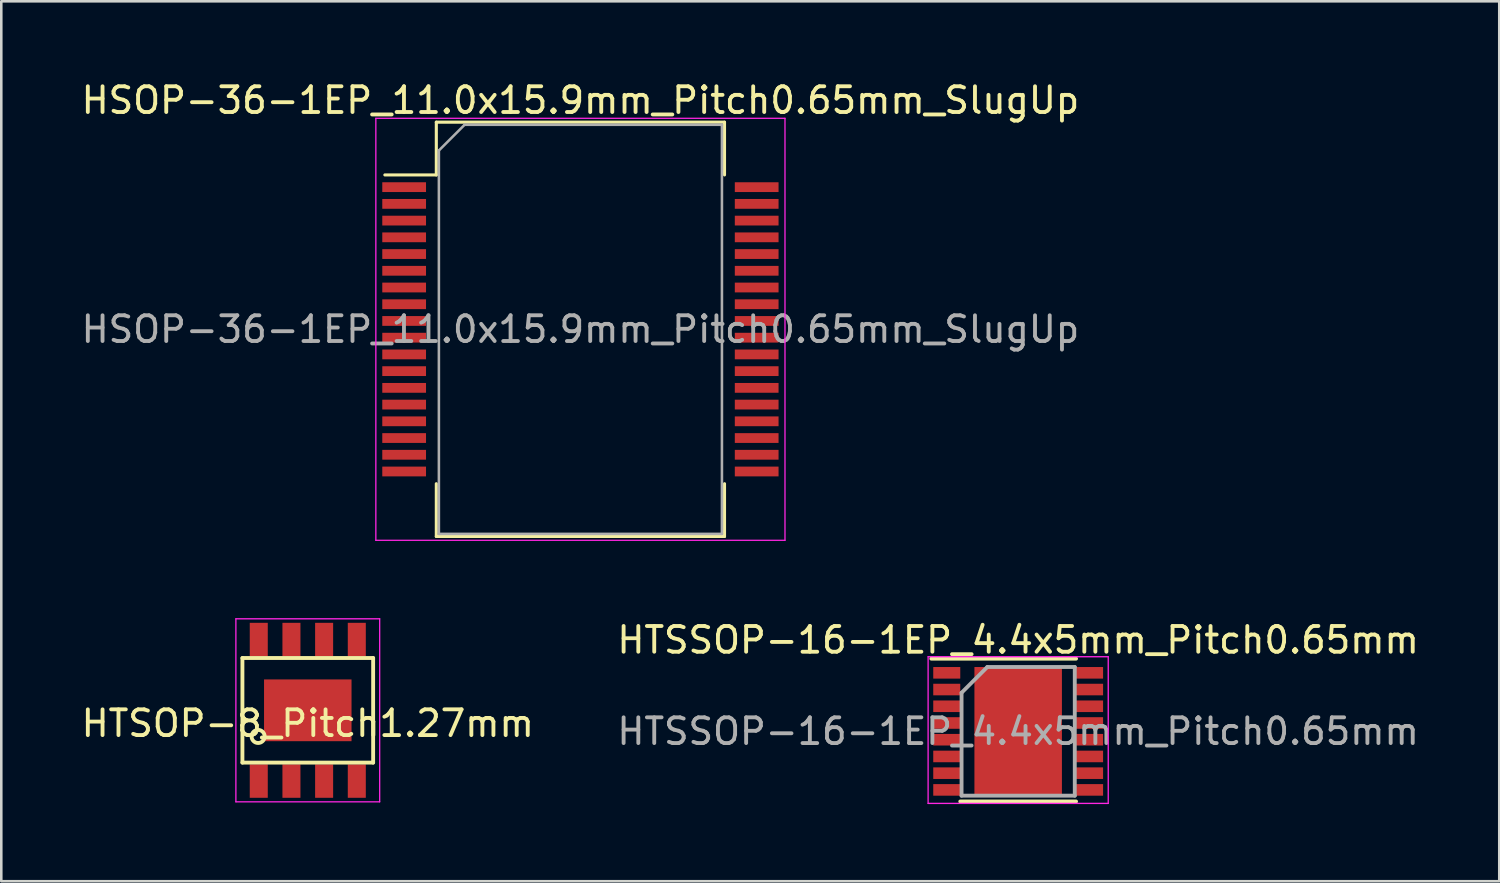
<source format=kicad_pcb>
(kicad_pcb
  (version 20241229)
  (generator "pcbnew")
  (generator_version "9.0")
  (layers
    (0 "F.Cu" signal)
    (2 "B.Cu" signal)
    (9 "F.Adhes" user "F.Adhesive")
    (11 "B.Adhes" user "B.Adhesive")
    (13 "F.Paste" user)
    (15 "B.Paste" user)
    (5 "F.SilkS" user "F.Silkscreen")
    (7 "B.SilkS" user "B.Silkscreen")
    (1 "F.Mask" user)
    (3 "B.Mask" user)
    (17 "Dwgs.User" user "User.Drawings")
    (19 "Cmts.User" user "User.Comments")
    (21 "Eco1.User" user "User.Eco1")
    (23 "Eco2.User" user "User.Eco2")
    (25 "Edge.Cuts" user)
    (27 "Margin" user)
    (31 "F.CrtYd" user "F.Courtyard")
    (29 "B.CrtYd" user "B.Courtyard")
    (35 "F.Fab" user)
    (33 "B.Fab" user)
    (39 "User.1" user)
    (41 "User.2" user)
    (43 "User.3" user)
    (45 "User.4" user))
  (footprint "HTSOP-8_Pitch1.27mm"
    (layer "F.Cu")
    (at 8.911 24.554)
    (property "Reference" "HTSOP-8_Pitch1.27mm" (at 0 0.508 0) (layer "F.SilkS") (effects (font (size 1 1) (thickness 0.15))))
    (attr smd)
    (fp_line (start -2.54 -2.032) (end 2.54 -2.032) (stroke (width 0.15) (type solid)) (layer "F.SilkS"))
    (fp_line (start -2.54 2.032) (end -2.54 -2.032) (stroke (width 0.15) (type solid)) (layer "F.SilkS"))
    (fp_line (start 2.54 -2.032) (end 2.54 2.032) (stroke (width 0.15) (type solid)) (layer "F.SilkS"))
    (fp_line (start 2.54 2.032) (end -2.54 2.032) (stroke (width 0.15) (type solid)) (layer "F.SilkS"))
    (fp_circle (center -1.93 1.016) (end -1.93 0.762) (stroke (width 0.15) (type solid)) (fill no) (layer "F.SilkS"))
    (fp_line (start -2.794 -3.556) (end 2.794 -3.556) (stroke (width 0.05) (type solid)) (layer "F.CrtYd"))
    (fp_line (start -2.794 3.556) (end -2.794 -3.556) (stroke (width 0.05) (type solid)) (layer "F.CrtYd"))
    (fp_line (start 2.794 -3.556) (end 2.794 3.556) (stroke (width 0.05) (type solid)) (layer "F.CrtYd"))
    (fp_line (start 2.794 3.556) (end -2.794 3.556) (stroke (width 0.05) (type solid)) (layer "F.CrtYd"))
    (pad "" smd rect (at 0 0) (size 3.4 2.4) (layers "F.Cu" "F.Mask" "F.Paste"))
    (pad "1" smd rect (at -1.905 2.75) (size 0.7 1.3) (layers "F.Cu" "F.Mask" "F.Paste"))
    (pad "2" smd rect (at -0.635 2.75) (size 0.7 1.3) (layers "F.Cu" "F.Mask" "F.Paste"))
    (pad "3" smd rect (at 0.635 2.75) (size 0.7 1.3) (layers "F.Cu" "F.Mask" "F.Paste"))
    (pad "4" smd rect (at 1.905 2.75) (size 0.7 1.3) (layers "F.Cu" "F.Mask" "F.Paste"))
    (pad "5" smd rect (at 1.905 -2.75) (size 0.7 1.3) (layers "F.Cu" "F.Mask" "F.Paste"))
    (pad "6" smd rect (at 0.635 -2.75) (size 0.7 1.3) (layers "F.Cu" "F.Mask" "F.Paste"))
    (pad "7" smd rect (at -0.635 -2.75) (size 0.7 1.3) (layers "F.Cu" "F.Mask" "F.Paste"))
    (pad "8" smd rect (at -1.905 -2.75) (size 0.7 1.3) (layers "F.Cu" "F.Mask" "F.Paste")))
  (footprint "HTSSOP-16-1EP_4.4x5mm_Pitch0.65mm"
    (layer "F.Cu")
    (at 36.518 25.372)
    (property "Reference" "HTSSOP-16-1EP_4.4x5mm_Pitch0.65mm" (at 0 -3.55 0) (layer "F.SilkS") (effects (font (size 1 1) (thickness 0.15))))
    (attr smd)
    (fp_line (start -3.375 -2.825) (end 2.25 -2.825) (stroke (width 0.15) (type solid)) (layer "F.SilkS"))
    (fp_line (start -2.25 2.725) (end 2.25 2.725) (stroke (width 0.15) (type solid)) (layer "F.SilkS"))
    (fp_line (start -3.5 -2.9) (end -3.5 2.8) (stroke (width 0.05) (type solid)) (layer "F.CrtYd"))
    (fp_line (start -3.5 -2.9) (end 3.5 -2.9) (stroke (width 0.05) (type solid)) (layer "F.CrtYd"))
    (fp_line (start -3.5 2.8) (end 3.5 2.8) (stroke (width 0.05) (type solid)) (layer "F.CrtYd"))
    (fp_line (start 3.5 -2.9) (end 3.5 2.8) (stroke (width 0.05) (type solid)) (layer "F.CrtYd"))
    (fp_line (start -2.2 -1.5) (end -1.2 -2.5) (stroke (width 0.15) (type solid)) (layer "F.Fab"))
    (fp_line (start -2.2 2.5) (end -2.2 -1.5) (stroke (width 0.15) (type solid)) (layer "F.Fab"))
    (fp_line (start -1.2 -2.5) (end 2.2 -2.5) (stroke (width 0.15) (type solid)) (layer "F.Fab"))
    (fp_line (start 2.2 -2.5) (end 2.2 2.5) (stroke (width 0.15) (type solid)) (layer "F.Fab"))
    (fp_line (start 2.2 2.5) (end -2.2 2.5) (stroke (width 0.15) (type solid)) (layer "F.Fab"))
    (fp_text user "${REFERENCE}" (at 0 0 0) (layer "F.Fab") (effects (font (size 1 1) (thickness 0.15))))
    (pad "1" smd rect (at -2.775 -2.275) (size 1.05 0.45) (layers "F.Cu" "F.Mask" "F.Paste"))
    (pad "2" smd rect (at -2.775 -1.625) (size 1.05 0.45) (layers "F.Cu" "F.Mask" "F.Paste"))
    (pad "3" smd rect (at -2.775 -0.975) (size 1.05 0.45) (layers "F.Cu" "F.Mask" "F.Paste"))
    (pad "4" smd rect (at -2.775 -0.325) (size 1.05 0.45) (layers "F.Cu" "F.Mask" "F.Paste"))
    (pad "5" smd rect (at -2.775 0.325) (size 1.05 0.45) (layers "F.Cu" "F.Mask" "F.Paste"))
    (pad "6" smd rect (at -2.775 0.975) (size 1.05 0.45) (layers "F.Cu" "F.Mask" "F.Paste"))
    (pad "7" smd rect (at -2.775 1.625) (size 1.05 0.45) (layers "F.Cu" "F.Mask" "F.Paste"))
    (pad "8" smd rect (at -2.775 2.275) (size 1.05 0.45) (layers "F.Cu" "F.Mask" "F.Paste"))
    (pad "9" smd rect (at 2.775 2.275) (size 1.05 0.45) (layers "F.Cu" "F.Mask" "F.Paste"))
    (pad "10" smd rect (at 2.775 1.625) (size 1.05 0.45) (layers "F.Cu" "F.Mask" "F.Paste"))
    (pad "11" smd rect (at 2.775 0.975) (size 1.05 0.45) (layers "F.Cu" "F.Mask" "F.Paste"))
    (pad "12" smd rect (at 2.775 0.325) (size 1.05 0.45) (layers "F.Cu" "F.Mask" "F.Paste"))
    (pad "13" smd rect (at 2.775 -0.325) (size 1.05 0.45) (layers "F.Cu" "F.Mask" "F.Paste"))
    (pad "14" smd rect (at 2.775 -0.975) (size 1.05 0.45) (layers "F.Cu" "F.Mask" "F.Paste"))
    (pad "15" smd rect (at 2.775 -1.625) (size 1.05 0.45) (layers "F.Cu" "F.Mask" "F.Paste"))
    (pad "16" smd rect (at 2.775 -2.275) (size 1.05 0.45) (layers "F.Cu" "F.Mask" "F.Paste"))
    (pad "17" smd rect (at 0 0) (size 3.4 5) (layers "F.Cu" "F.Mask" "F.Paste")))
  (footprint "HSOP-36-1EP_11.0x15.9mm_Pitch0.65mm_SlugUp"
    (layer "F.Cu")
    (at 19.506 9.748)
    (property "Reference" "HSOP-36-1EP_11.0x15.9mm_Pitch0.65mm_SlugUp" (at 0 -8.9 0) (layer "F.SilkS") (effects (font (size 1 1) (thickness 0.15))))
    (attr smd)
    (fp_line (start -5.6 -8.05) (end -5.6 -6) (stroke (width 0.12) (type solid)) (layer "F.SilkS"))
    (fp_line (start -5.6 -6) (end -7.6 -6) (stroke (width 0.12) (type solid)) (layer "F.SilkS"))
    (fp_line (start -5.6 8.05) (end -5.6 6) (stroke (width 0.12) (type solid)) (layer "F.SilkS"))
    (fp_line (start 5.6 -8.05) (end -5.6 -8.05) (stroke (width 0.12) (type solid)) (layer "F.SilkS"))
    (fp_line (start 5.6 -8.05) (end 5.6 -6) (stroke (width 0.12) (type solid)) (layer "F.SilkS"))
    (fp_line (start 5.6 8.05) (end -5.6 8.05) (stroke (width 0.12) (type solid)) (layer "F.SilkS"))
    (fp_line (start 5.6 8.05) (end 5.6 6) (stroke (width 0.12) (type solid)) (layer "F.SilkS"))
    (fp_line (start -7.95 -8.2) (end -7.95 8.2) (stroke (width 0.05) (type solid)) (layer "F.CrtYd"))
    (fp_line (start -7.95 -8.2) (end 7.95 -8.2) (stroke (width 0.05) (type solid)) (layer "F.CrtYd"))
    (fp_line (start 7.95 8.2) (end -7.95 8.2) (stroke (width 0.05) (type solid)) (layer "F.CrtYd"))
    (fp_line (start 7.95 8.2) (end 7.95 -8.2) (stroke (width 0.05) (type solid)) (layer "F.CrtYd"))
    (fp_line (start -5.5 -6.95) (end -5.5 7.95) (stroke (width 0.1) (type solid)) (layer "F.Fab"))
    (fp_line (start -5.5 7.95) (end 5.5 7.95) (stroke (width 0.1) (type solid)) (layer "F.Fab"))
    (fp_line (start -4.5 -7.95) (end -5.5 -6.95) (stroke (width 0.1) (type solid)) (layer "F.Fab"))
    (fp_line (start 5.5 -7.95) (end -4.5 -7.95) (stroke (width 0.1) (type solid)) (layer "F.Fab"))
    (fp_line (start 5.5 7.95) (end 5.5 -7.95) (stroke (width 0.1) (type solid)) (layer "F.Fab"))
    (fp_text user "${REFERENCE}" (at 0 0 0) (layer "F.Fab") (effects (font (size 1 1) (thickness 0.15))))
    (pad "1" smd rect (at -6.85 -5.525) (size 1.7 0.38) (layers "F.Cu" "F.Mask" "F.Paste"))
    (pad "2" smd rect (at -6.85 -4.875) (size 1.7 0.38) (layers "F.Cu" "F.Mask" "F.Paste"))
    (pad "3" smd rect (at -6.85 -4.225) (size 1.7 0.38) (layers "F.Cu" "F.Mask" "F.Paste"))
    (pad "4" smd rect (at -6.85 -3.575) (size 1.7 0.38) (layers "F.Cu" "F.Mask" "F.Paste"))
    (pad "5" smd rect (at -6.85 -2.925) (size 1.7 0.38) (layers "F.Cu" "F.Mask" "F.Paste"))
    (pad "6" smd rect (at -6.85 -2.275) (size 1.7 0.38) (layers "F.Cu" "F.Mask" "F.Paste"))
    (pad "7" smd rect (at -6.85 -1.625) (size 1.7 0.38) (layers "F.Cu" "F.Mask" "F.Paste"))
    (pad "8" smd rect (at -6.85 -0.975) (size 1.7 0.38) (layers "F.Cu" "F.Mask" "F.Paste"))
    (pad "9" smd rect (at -6.85 -0.325) (size 1.7 0.38) (layers "F.Cu" "F.Mask" "F.Paste"))
    (pad "10" smd rect (at -6.85 0.325) (size 1.7 0.38) (layers "F.Cu" "F.Mask" "F.Paste"))
    (pad "11" smd rect (at -6.85 0.975) (size 1.7 0.38) (layers "F.Cu" "F.Mask" "F.Paste"))
    (pad "12" smd rect (at -6.85 1.625) (size 1.7 0.38) (layers "F.Cu" "F.Mask" "F.Paste"))
    (pad "13" smd rect (at -6.85 2.275) (size 1.7 0.38) (layers "F.Cu" "F.Mask" "F.Paste"))
    (pad "14" smd rect (at -6.85 2.925) (size 1.7 0.38) (layers "F.Cu" "F.Mask" "F.Paste"))
    (pad "15" smd rect (at -6.85 3.575) (size 1.7 0.38) (layers "F.Cu" "F.Mask" "F.Paste"))
    (pad "16" smd rect (at -6.85 4.225) (size 1.7 0.38) (layers "F.Cu" "F.Mask" "F.Paste"))
    (pad "17" smd rect (at -6.85 4.875) (size 1.7 0.38) (layers "F.Cu" "F.Mask" "F.Paste"))
    (pad "18" smd rect (at -6.85 5.525) (size 1.7 0.38) (layers "F.Cu" "F.Mask" "F.Paste"))
    (pad "19" smd rect (at 6.85 5.525) (size 1.7 0.38) (layers "F.Cu" "F.Mask" "F.Paste"))
    (pad "20" smd rect (at 6.85 4.875) (size 1.7 0.38) (layers "F.Cu" "F.Mask" "F.Paste"))
    (pad "21" smd rect (at 6.85 4.225) (size 1.7 0.38) (layers "F.Cu" "F.Mask" "F.Paste"))
    (pad "22" smd rect (at 6.85 3.575) (size 1.7 0.38) (layers "F.Cu" "F.Mask" "F.Paste"))
    (pad "23" smd rect (at 6.85 2.925) (size 1.7 0.38) (layers "F.Cu" "F.Mask" "F.Paste"))
    (pad "24" smd rect (at 6.85 2.275) (size 1.7 0.38) (layers "F.Cu" "F.Mask" "F.Paste"))
    (pad "25" smd rect (at 6.85 1.625) (size 1.7 0.38) (layers "F.Cu" "F.Mask" "F.Paste"))
    (pad "26" smd rect (at 6.85 0.975) (size 1.7 0.38) (layers "F.Cu" "F.Mask" "F.Paste"))
    (pad "27" smd rect (at 6.85 0.325) (size 1.7 0.38) (layers "F.Cu" "F.Mask" "F.Paste"))
    (pad "28" smd rect (at 6.85 -0.325) (size 1.7 0.38) (layers "F.Cu" "F.Mask" "F.Paste"))
    (pad "29" smd rect (at 6.85 -0.975) (size 1.7 0.38) (layers "F.Cu" "F.Mask" "F.Paste"))
    (pad "30" smd rect (at 6.85 -1.625) (size 1.7 0.38) (layers "F.Cu" "F.Mask" "F.Paste"))
    (pad "31" smd rect (at 6.85 -2.275) (size 1.7 0.38) (layers "F.Cu" "F.Mask" "F.Paste"))
    (pad "32" smd rect (at 6.85 -2.925) (size 1.7 0.38) (layers "F.Cu" "F.Mask" "F.Paste"))
    (pad "33" smd rect (at 6.85 -3.575) (size 1.7 0.38) (layers "F.Cu" "F.Mask" "F.Paste"))
    (pad "34" smd rect (at 6.85 -4.225) (size 1.7 0.38) (layers "F.Cu" "F.Mask" "F.Paste"))
    (pad "35" smd rect (at 6.85 -4.875) (size 1.7 0.38) (layers "F.Cu" "F.Mask" "F.Paste"))
    (pad "36" smd rect (at 6.85 -5.525) (size 1.7 0.38) (layers "F.Cu" "F.Mask" "F.Paste")))
  (gr_rect
    (start -3 -3)
    (end 55.214 31.197)
    (stroke (width 0.1) (type default))
    (fill no)
    (layer "Edge.Cuts")))
</source>
